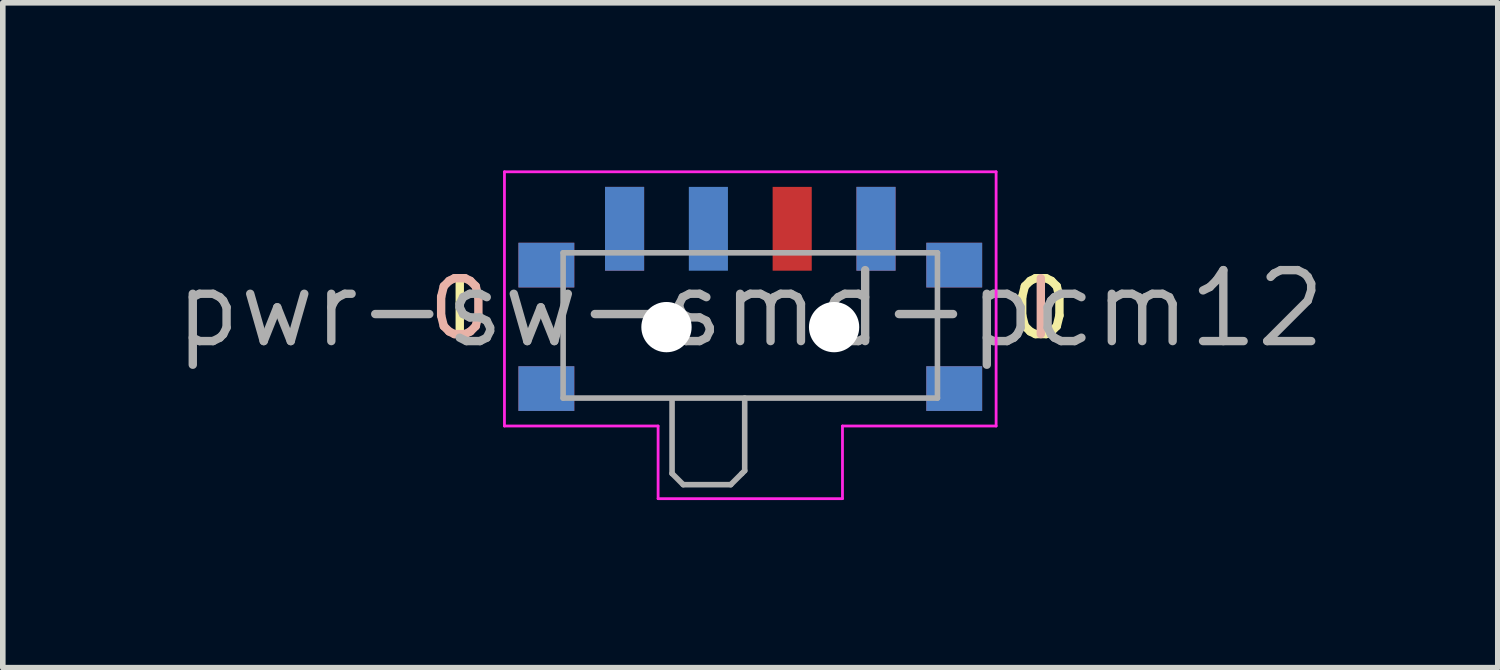
<source format=kicad_pcb>
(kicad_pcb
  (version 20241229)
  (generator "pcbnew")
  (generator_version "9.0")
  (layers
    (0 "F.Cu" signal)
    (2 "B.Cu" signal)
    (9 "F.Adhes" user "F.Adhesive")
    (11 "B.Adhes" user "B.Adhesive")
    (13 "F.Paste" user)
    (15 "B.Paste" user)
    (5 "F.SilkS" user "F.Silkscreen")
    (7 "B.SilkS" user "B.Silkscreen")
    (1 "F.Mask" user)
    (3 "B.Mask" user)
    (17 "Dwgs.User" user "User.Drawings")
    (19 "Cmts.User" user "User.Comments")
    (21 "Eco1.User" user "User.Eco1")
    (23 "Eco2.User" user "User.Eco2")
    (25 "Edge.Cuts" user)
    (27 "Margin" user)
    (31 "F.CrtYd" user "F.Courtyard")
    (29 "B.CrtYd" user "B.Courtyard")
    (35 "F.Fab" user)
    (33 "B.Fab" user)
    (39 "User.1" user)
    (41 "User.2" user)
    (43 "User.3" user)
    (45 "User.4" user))
  (footprint "pwr-sw-smd-pcm12"
    (layer "F.Cu")
    (at 10.379 2.475)
    (property "Reference" "pwr-sw-smd-pcm12" (at 0 0 0) (layer "F.Fab") (effects (font (size 1.27 1.27) (thickness 0.15))))
    (attr smd)
    (fp_line (start -4.4 -2.45) (end 4.4 -2.45) (stroke (width 0.05) (type solid)) (layer "F.CrtYd"))
    (fp_line (start -4.4 2.1) (end -4.4 -2.45) (stroke (width 0.05) (type solid)) (layer "F.CrtYd"))
    (fp_line (start -1.65 2.1) (end -4.4 2.1) (stroke (width 0.05) (type solid)) (layer "F.CrtYd"))
    (fp_line (start -1.65 3.4) (end -1.65 2.1) (stroke (width 0.05) (type solid)) (layer "F.CrtYd"))
    (fp_line (start 1.65 2.1) (end 1.65 3.4) (stroke (width 0.05) (type solid)) (layer "F.CrtYd"))
    (fp_line (start 1.65 3.4) (end -1.65 3.4) (stroke (width 0.05) (type solid)) (layer "F.CrtYd"))
    (fp_line (start 4.4 -2.45) (end 4.4 2.1) (stroke (width 0.05) (type solid)) (layer "F.CrtYd"))
    (fp_line (start 4.4 2.1) (end 1.65 2.1) (stroke (width 0.05) (type solid)) (layer "F.CrtYd"))
    (fp_line (start -3.35 -1) (end -3.35 1.6) (stroke (width 0.1) (type solid)) (layer "F.Fab"))
    (fp_line (start -3.35 1.6) (end 3.35 1.6) (stroke (width 0.1) (type solid)) (layer "F.Fab"))
    (fp_line (start -1.4 1.65) (end -1.4 2.95) (stroke (width 0.1) (type solid)) (layer "F.Fab"))
    (fp_line (start -1.4 2.95) (end -1.2 3.15) (stroke (width 0.1) (type solid)) (layer "F.Fab"))
    (fp_line (start -1.2 3.15) (end -0.35 3.15) (stroke (width 0.1) (type solid)) (layer "F.Fab"))
    (fp_line (start -0.35 3.15) (end -0.15 2.95) (stroke (width 0.1) (type solid)) (layer "F.Fab"))
    (fp_line (start -0.15 2.95) (end -0.1 2.9) (stroke (width 0.1) (type solid)) (layer "F.Fab"))
    (fp_line (start -0.1 2.9) (end -0.1 1.6) (stroke (width 0.1) (type solid)) (layer "F.Fab"))
    (fp_line (start 3.35 -1) (end -3.35 -1) (stroke (width 0.1) (type solid)) (layer "F.Fab"))
    (fp_line (start 3.35 1.6) (end 3.35 -1) (stroke (width 0.1) (type solid)) (layer "F.Fab"))
    (fp_text user "I" (at -5.2 0 0) (unlocked yes) (layer "F.SilkS") (effects (font (size 1 1) (thickness 0.15))))
    (fp_text user "O" (at 5.2 0 0) (unlocked yes) (layer "F.SilkS") (effects (font (size 1 1) (thickness 0.15))))
    (fp_text user "I" (at 5.2 0 0) (unlocked yes) (layer "B.SilkS") (effects (font (size 1 1) (thickness 0.15))))
    (fp_text user "O" (at -5.2 0 0) (unlocked yes) (layer "B.SilkS") (effects (font (size 1 1) (thickness 0.15))))
    (pad "" smd rect (at -3.65 -0.78) (size 1 0.8) (layers "F.Cu" "F.Mask" "F.Paste"))
    (pad "" smd rect (at -3.65 -0.78) (size 1 0.8) (layers "B.Cu" "B.Mask" "B.Paste"))
    (pad "" smd rect (at -3.65 1.43) (size 1 0.8) (layers "F.Cu" "F.Mask" "F.Paste"))
    (pad "" smd rect (at -3.65 1.43) (size 1 0.8) (layers "B.Cu" "B.Mask" "B.Paste"))
    (pad "" np_thru_hole circle (at -1.5 0.33) (size 0.9 0.9) (drill 0.9) (layers "*.Cu" "*.Mask"))
    (pad "" np_thru_hole circle (at 1.5 0.33) (size 0.9 0.9) (drill 0.9) (layers "*.Cu" "*.Mask"))
    (pad "" smd rect (at 3.65 -0.78) (size 1 0.8) (layers "F.Cu" "F.Mask" "F.Paste"))
    (pad "" smd rect (at 3.65 -0.78) (size 1 0.8) (layers "B.Cu" "B.Mask" "B.Paste"))
    (pad "" smd rect (at 3.65 1.43) (size 1 0.8) (layers "F.Cu" "F.Mask" "F.Paste"))
    (pad "" smd rect (at 3.65 1.43) (size 1 0.8) (layers "B.Cu" "B.Mask" "B.Paste"))
    (pad "1" smd rect (at -2.25 -1.43) (size 0.7 1.5) (layers "F.Cu" "F.Mask" "F.Paste"))
    (pad "1" smd rect (at 2.25 -1.43) (size 0.7 1.5) (layers "B.Cu" "B.Mask" "B.Paste"))
    (pad "2" smd rect (at -0.75 -1.43) (size 0.7 1.5) (layers "B.Cu" "B.Mask" "B.Paste"))
    (pad "2" smd rect (at 0.75 -1.43) (size 0.7 1.5) (layers "F.Cu" "F.Mask" "F.Paste"))
    (pad "3" smd rect (at -2.25 -1.43) (size 0.7 1.5) (layers "B.Cu" "B.Mask" "B.Paste"))
    (pad "3" smd rect (at 2.25 -1.43) (size 0.7 1.5) (layers "F.Cu" "F.Mask" "F.Paste")))
  (gr_rect
    (start -3 -3)
    (end 23.758 8.9)
    (stroke (width 0.1) (type default))
    (fill no)
    (layer "Edge.Cuts")))
</source>
